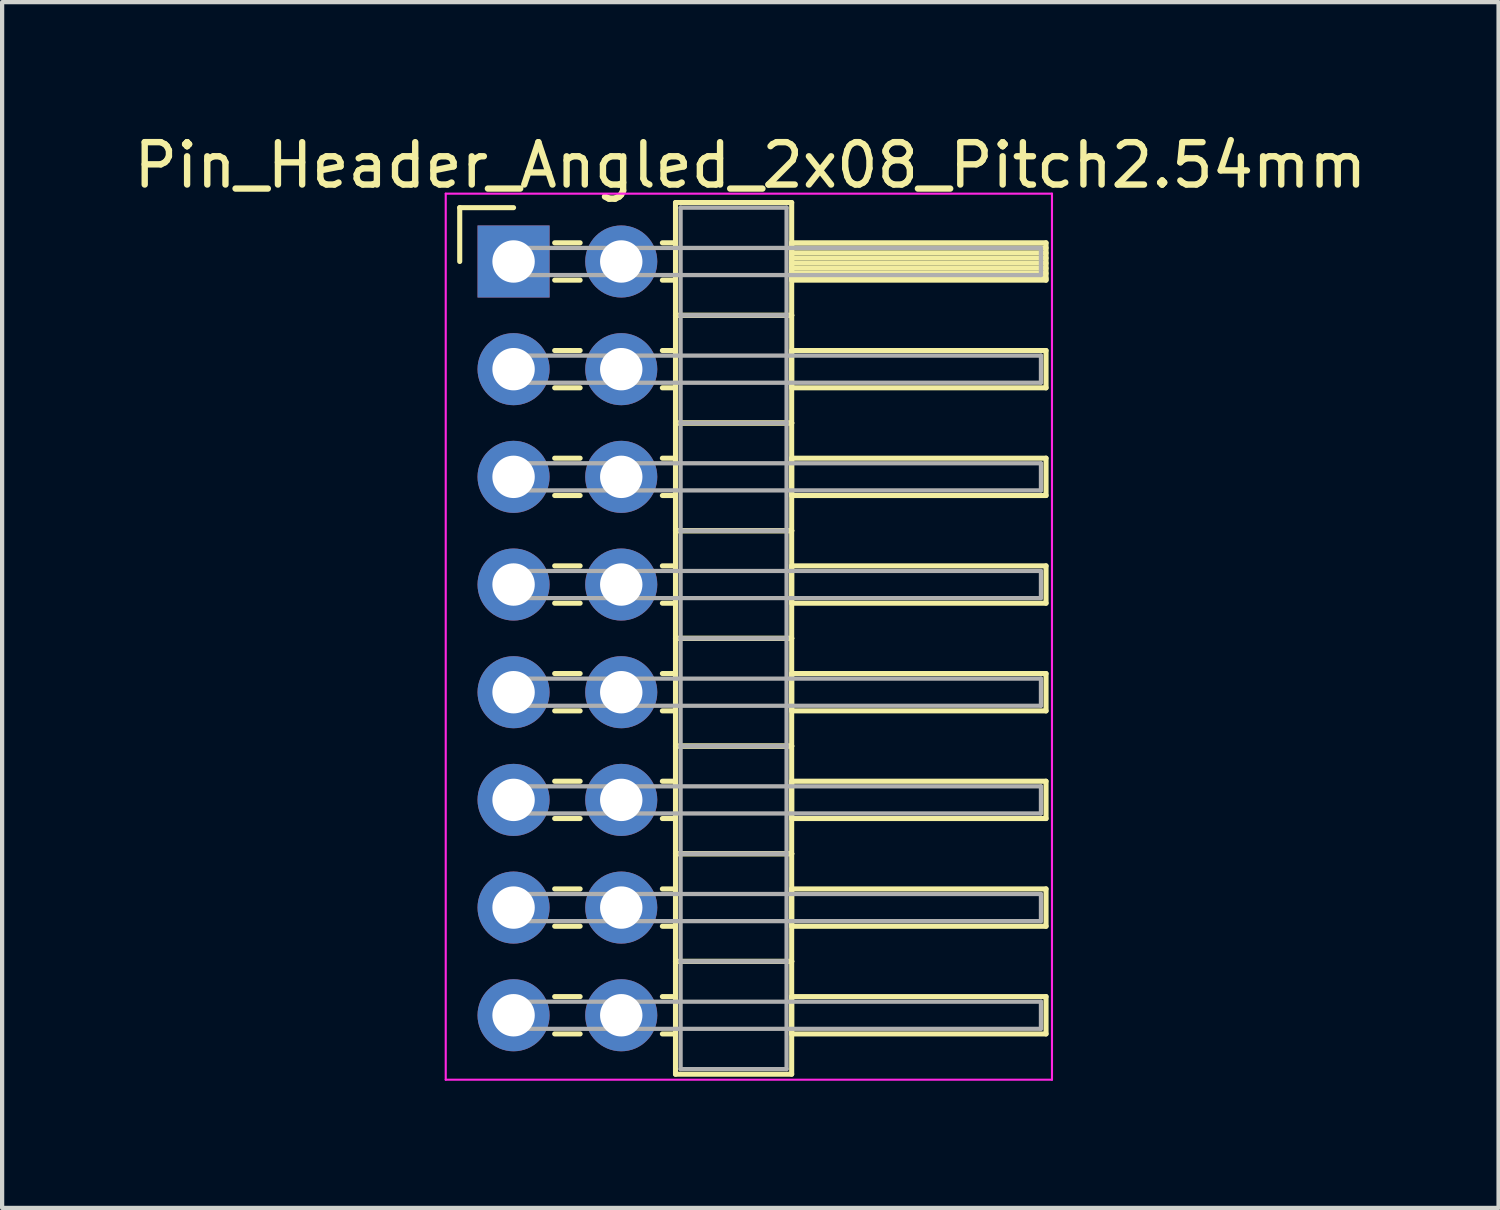
<source format=kicad_pcb>
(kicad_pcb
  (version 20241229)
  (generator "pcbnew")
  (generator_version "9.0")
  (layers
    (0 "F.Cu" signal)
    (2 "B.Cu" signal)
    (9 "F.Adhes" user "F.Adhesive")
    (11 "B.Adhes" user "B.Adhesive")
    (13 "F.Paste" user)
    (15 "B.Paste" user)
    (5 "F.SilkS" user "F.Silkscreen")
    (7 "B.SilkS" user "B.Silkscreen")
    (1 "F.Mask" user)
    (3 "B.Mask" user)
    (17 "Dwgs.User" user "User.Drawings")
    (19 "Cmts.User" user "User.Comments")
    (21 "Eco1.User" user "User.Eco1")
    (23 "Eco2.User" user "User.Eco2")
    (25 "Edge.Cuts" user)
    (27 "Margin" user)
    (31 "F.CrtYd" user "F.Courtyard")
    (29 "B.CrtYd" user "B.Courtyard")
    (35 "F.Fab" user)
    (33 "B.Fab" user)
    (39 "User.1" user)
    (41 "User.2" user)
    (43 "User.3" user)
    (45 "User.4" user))
  (footprint "Pin_Header_Angled_2x08_Pitch2.54mm"
    (layer "F.Cu")
    (at 9.064 3.118)
    (property "Reference" "Pin_Header_Angled_2x08_Pitch2.54mm" (at 5.585 -2.27 0) (layer "F.SilkS") (effects (font (size 1 1) (thickness 0.15))))
    (attr through_hole)
    (fp_line (start -1.27 -1.27) (end 0 -1.27) (stroke (width 0.12) (type solid)) (layer "F.SilkS"))
    (fp_line (start -1.27 0) (end -1.27 -1.27) (stroke (width 0.12) (type solid)) (layer "F.SilkS"))
    (fp_line (start 0.97 -0.44) (end 1.57 -0.44) (stroke (width 0.12) (type solid)) (layer "F.SilkS"))
    (fp_line (start 0.97 0.44) (end 1.57 0.44) (stroke (width 0.12) (type solid)) (layer "F.SilkS"))
    (fp_line (start 0.97 2.1) (end 1.57 2.1) (stroke (width 0.12) (type solid)) (layer "F.SilkS"))
    (fp_line (start 0.97 2.98) (end 1.57 2.98) (stroke (width 0.12) (type solid)) (layer "F.SilkS"))
    (fp_line (start 0.97 4.64) (end 1.57 4.64) (stroke (width 0.12) (type solid)) (layer "F.SilkS"))
    (fp_line (start 0.97 5.52) (end 1.57 5.52) (stroke (width 0.12) (type solid)) (layer "F.SilkS"))
    (fp_line (start 0.97 7.18) (end 1.57 7.18) (stroke (width 0.12) (type solid)) (layer "F.SilkS"))
    (fp_line (start 0.97 8.06) (end 1.57 8.06) (stroke (width 0.12) (type solid)) (layer "F.SilkS"))
    (fp_line (start 0.97 9.72) (end 1.57 9.72) (stroke (width 0.12) (type solid)) (layer "F.SilkS"))
    (fp_line (start 0.97 10.6) (end 1.57 10.6) (stroke (width 0.12) (type solid)) (layer "F.SilkS"))
    (fp_line (start 0.97 12.26) (end 1.57 12.26) (stroke (width 0.12) (type solid)) (layer "F.SilkS"))
    (fp_line (start 0.97 13.14) (end 1.57 13.14) (stroke (width 0.12) (type solid)) (layer "F.SilkS"))
    (fp_line (start 0.97 14.8) (end 1.57 14.8) (stroke (width 0.12) (type solid)) (layer "F.SilkS"))
    (fp_line (start 0.97 15.68) (end 1.57 15.68) (stroke (width 0.12) (type solid)) (layer "F.SilkS"))
    (fp_line (start 0.97 17.34) (end 1.57 17.34) (stroke (width 0.12) (type solid)) (layer "F.SilkS"))
    (fp_line (start 0.97 18.22) (end 1.57 18.22) (stroke (width 0.12) (type solid)) (layer "F.SilkS"))
    (fp_line (start 3.51 -0.44) (end 3.82 -0.44) (stroke (width 0.12) (type solid)) (layer "F.SilkS"))
    (fp_line (start 3.51 0.44) (end 3.82 0.44) (stroke (width 0.12) (type solid)) (layer "F.SilkS"))
    (fp_line (start 3.51 2.1) (end 3.82 2.1) (stroke (width 0.12) (type solid)) (layer "F.SilkS"))
    (fp_line (start 3.51 2.98) (end 3.82 2.98) (stroke (width 0.12) (type solid)) (layer "F.SilkS"))
    (fp_line (start 3.51 4.64) (end 3.82 4.64) (stroke (width 0.12) (type solid)) (layer "F.SilkS"))
    (fp_line (start 3.51 5.52) (end 3.82 5.52) (stroke (width 0.12) (type solid)) (layer "F.SilkS"))
    (fp_line (start 3.51 7.18) (end 3.82 7.18) (stroke (width 0.12) (type solid)) (layer "F.SilkS"))
    (fp_line (start 3.51 8.06) (end 3.82 8.06) (stroke (width 0.12) (type solid)) (layer "F.SilkS"))
    (fp_line (start 3.51 9.72) (end 3.82 9.72) (stroke (width 0.12) (type solid)) (layer "F.SilkS"))
    (fp_line (start 3.51 10.6) (end 3.82 10.6) (stroke (width 0.12) (type solid)) (layer "F.SilkS"))
    (fp_line (start 3.51 12.26) (end 3.82 12.26) (stroke (width 0.12) (type solid)) (layer "F.SilkS"))
    (fp_line (start 3.51 13.14) (end 3.82 13.14) (stroke (width 0.12) (type solid)) (layer "F.SilkS"))
    (fp_line (start 3.51 14.8) (end 3.82 14.8) (stroke (width 0.12) (type solid)) (layer "F.SilkS"))
    (fp_line (start 3.51 15.68) (end 3.82 15.68) (stroke (width 0.12) (type solid)) (layer "F.SilkS"))
    (fp_line (start 3.51 17.34) (end 3.82 17.34) (stroke (width 0.12) (type solid)) (layer "F.SilkS"))
    (fp_line (start 3.51 18.22) (end 3.82 18.22) (stroke (width 0.12) (type solid)) (layer "F.SilkS"))
    (fp_line (start 3.82 -1.39) (end 3.82 1.27) (stroke (width 0.12) (type solid)) (layer "F.SilkS"))
    (fp_line (start 3.82 1.27) (end 3.82 3.81) (stroke (width 0.12) (type solid)) (layer "F.SilkS"))
    (fp_line (start 3.82 1.27) (end 6.56 1.27) (stroke (width 0.12) (type solid)) (layer "F.SilkS"))
    (fp_line (start 3.82 3.81) (end 3.82 6.35) (stroke (width 0.12) (type solid)) (layer "F.SilkS"))
    (fp_line (start 3.82 3.81) (end 6.56 3.81) (stroke (width 0.12) (type solid)) (layer "F.SilkS"))
    (fp_line (start 3.82 6.35) (end 3.82 8.89) (stroke (width 0.12) (type solid)) (layer "F.SilkS"))
    (fp_line (start 3.82 6.35) (end 6.56 6.35) (stroke (width 0.12) (type solid)) (layer "F.SilkS"))
    (fp_line (start 3.82 8.89) (end 3.82 11.43) (stroke (width 0.12) (type solid)) (layer "F.SilkS"))
    (fp_line (start 3.82 8.89) (end 6.56 8.89) (stroke (width 0.12) (type solid)) (layer "F.SilkS"))
    (fp_line (start 3.82 11.43) (end 3.82 13.97) (stroke (width 0.12) (type solid)) (layer "F.SilkS"))
    (fp_line (start 3.82 11.43) (end 6.56 11.43) (stroke (width 0.12) (type solid)) (layer "F.SilkS"))
    (fp_line (start 3.82 13.97) (end 3.82 16.51) (stroke (width 0.12) (type solid)) (layer "F.SilkS"))
    (fp_line (start 3.82 13.97) (end 6.56 13.97) (stroke (width 0.12) (type solid)) (layer "F.SilkS"))
    (fp_line (start 3.82 16.51) (end 3.82 19.17) (stroke (width 0.12) (type solid)) (layer "F.SilkS"))
    (fp_line (start 3.82 16.51) (end 6.56 16.51) (stroke (width 0.12) (type solid)) (layer "F.SilkS"))
    (fp_line (start 3.82 19.17) (end 6.56 19.17) (stroke (width 0.12) (type solid)) (layer "F.SilkS"))
    (fp_line (start 6.56 -1.39) (end 3.82 -1.39) (stroke (width 0.12) (type solid)) (layer "F.SilkS"))
    (fp_line (start 6.56 -0.44) (end 6.56 0.44) (stroke (width 0.12) (type solid)) (layer "F.SilkS"))
    (fp_line (start 6.56 -0.32) (end 12.56 -0.32) (stroke (width 0.12) (type solid)) (layer "F.SilkS"))
    (fp_line (start 6.56 -0.2) (end 12.56 -0.2) (stroke (width 0.12) (type solid)) (layer "F.SilkS"))
    (fp_line (start 6.56 -0.08) (end 12.56 -0.08) (stroke (width 0.12) (type solid)) (layer "F.SilkS"))
    (fp_line (start 6.56 0.04) (end 12.56 0.04) (stroke (width 0.12) (type solid)) (layer "F.SilkS"))
    (fp_line (start 6.56 0.16) (end 12.56 0.16) (stroke (width 0.12) (type solid)) (layer "F.SilkS"))
    (fp_line (start 6.56 0.28) (end 12.56 0.28) (stroke (width 0.12) (type solid)) (layer "F.SilkS"))
    (fp_line (start 6.56 0.4) (end 12.56 0.4) (stroke (width 0.12) (type solid)) (layer "F.SilkS"))
    (fp_line (start 6.56 0.44) (end 12.56 0.44) (stroke (width 0.12) (type solid)) (layer "F.SilkS"))
    (fp_line (start 6.56 1.27) (end 3.82 1.27) (stroke (width 0.12) (type solid)) (layer "F.SilkS"))
    (fp_line (start 6.56 1.27) (end 6.56 -1.39) (stroke (width 0.12) (type solid)) (layer "F.SilkS"))
    (fp_line (start 6.56 2.1) (end 6.56 2.98) (stroke (width 0.12) (type solid)) (layer "F.SilkS"))
    (fp_line (start 6.56 2.98) (end 12.56 2.98) (stroke (width 0.12) (type solid)) (layer "F.SilkS"))
    (fp_line (start 6.56 3.81) (end 3.82 3.81) (stroke (width 0.12) (type solid)) (layer "F.SilkS"))
    (fp_line (start 6.56 3.81) (end 6.56 1.27) (stroke (width 0.12) (type solid)) (layer "F.SilkS"))
    (fp_line (start 6.56 4.64) (end 6.56 5.52) (stroke (width 0.12) (type solid)) (layer "F.SilkS"))
    (fp_line (start 6.56 5.52) (end 12.56 5.52) (stroke (width 0.12) (type solid)) (layer "F.SilkS"))
    (fp_line (start 6.56 6.35) (end 3.82 6.35) (stroke (width 0.12) (type solid)) (layer "F.SilkS"))
    (fp_line (start 6.56 6.35) (end 6.56 3.81) (stroke (width 0.12) (type solid)) (layer "F.SilkS"))
    (fp_line (start 6.56 7.18) (end 6.56 8.06) (stroke (width 0.12) (type solid)) (layer "F.SilkS"))
    (fp_line (start 6.56 8.06) (end 12.56 8.06) (stroke (width 0.12) (type solid)) (layer "F.SilkS"))
    (fp_line (start 6.56 8.89) (end 3.82 8.89) (stroke (width 0.12) (type solid)) (layer "F.SilkS"))
    (fp_line (start 6.56 8.89) (end 6.56 6.35) (stroke (width 0.12) (type solid)) (layer "F.SilkS"))
    (fp_line (start 6.56 9.72) (end 6.56 10.6) (stroke (width 0.12) (type solid)) (layer "F.SilkS"))
    (fp_line (start 6.56 10.6) (end 12.56 10.6) (stroke (width 0.12) (type solid)) (layer "F.SilkS"))
    (fp_line (start 6.56 11.43) (end 3.82 11.43) (stroke (width 0.12) (type solid)) (layer "F.SilkS"))
    (fp_line (start 6.56 11.43) (end 6.56 8.89) (stroke (width 0.12) (type solid)) (layer "F.SilkS"))
    (fp_line (start 6.56 12.26) (end 6.56 13.14) (stroke (width 0.12) (type solid)) (layer "F.SilkS"))
    (fp_line (start 6.56 13.14) (end 12.56 13.14) (stroke (width 0.12) (type solid)) (layer "F.SilkS"))
    (fp_line (start 6.56 13.97) (end 3.82 13.97) (stroke (width 0.12) (type solid)) (layer "F.SilkS"))
    (fp_line (start 6.56 13.97) (end 6.56 11.43) (stroke (width 0.12) (type solid)) (layer "F.SilkS"))
    (fp_line (start 6.56 14.8) (end 6.56 15.68) (stroke (width 0.12) (type solid)) (layer "F.SilkS"))
    (fp_line (start 6.56 15.68) (end 12.56 15.68) (stroke (width 0.12) (type solid)) (layer "F.SilkS"))
    (fp_line (start 6.56 16.51) (end 3.82 16.51) (stroke (width 0.12) (type solid)) (layer "F.SilkS"))
    (fp_line (start 6.56 16.51) (end 6.56 13.97) (stroke (width 0.12) (type solid)) (layer "F.SilkS"))
    (fp_line (start 6.56 17.34) (end 6.56 18.22) (stroke (width 0.12) (type solid)) (layer "F.SilkS"))
    (fp_line (start 6.56 18.22) (end 12.56 18.22) (stroke (width 0.12) (type solid)) (layer "F.SilkS"))
    (fp_line (start 6.56 19.17) (end 6.56 16.51) (stroke (width 0.12) (type solid)) (layer "F.SilkS"))
    (fp_line (start 12.56 -0.44) (end 6.56 -0.44) (stroke (width 0.12) (type solid)) (layer "F.SilkS"))
    (fp_line (start 12.56 0.44) (end 12.56 -0.44) (stroke (width 0.12) (type solid)) (layer "F.SilkS"))
    (fp_line (start 12.56 2.1) (end 6.56 2.1) (stroke (width 0.12) (type solid)) (layer "F.SilkS"))
    (fp_line (start 12.56 2.98) (end 12.56 2.1) (stroke (width 0.12) (type solid)) (layer "F.SilkS"))
    (fp_line (start 12.56 4.64) (end 6.56 4.64) (stroke (width 0.12) (type solid)) (layer "F.SilkS"))
    (fp_line (start 12.56 5.52) (end 12.56 4.64) (stroke (width 0.12) (type solid)) (layer "F.SilkS"))
    (fp_line (start 12.56 7.18) (end 6.56 7.18) (stroke (width 0.12) (type solid)) (layer "F.SilkS"))
    (fp_line (start 12.56 8.06) (end 12.56 7.18) (stroke (width 0.12) (type solid)) (layer "F.SilkS"))
    (fp_line (start 12.56 9.72) (end 6.56 9.72) (stroke (width 0.12) (type solid)) (layer "F.SilkS"))
    (fp_line (start 12.56 10.6) (end 12.56 9.72) (stroke (width 0.12) (type solid)) (layer "F.SilkS"))
    (fp_line (start 12.56 12.26) (end 6.56 12.26) (stroke (width 0.12) (type solid)) (layer "F.SilkS"))
    (fp_line (start 12.56 13.14) (end 12.56 12.26) (stroke (width 0.12) (type solid)) (layer "F.SilkS"))
    (fp_line (start 12.56 14.8) (end 6.56 14.8) (stroke (width 0.12) (type solid)) (layer "F.SilkS"))
    (fp_line (start 12.56 15.68) (end 12.56 14.8) (stroke (width 0.12) (type solid)) (layer "F.SilkS"))
    (fp_line (start 12.56 17.34) (end 6.56 17.34) (stroke (width 0.12) (type solid)) (layer "F.SilkS"))
    (fp_line (start 12.56 18.22) (end 12.56 17.34) (stroke (width 0.12) (type solid)) (layer "F.SilkS"))
    (fp_line (start -1.6 -1.6) (end -1.6 19.3) (stroke (width 0.05) (type solid)) (layer "F.CrtYd"))
    (fp_line (start -1.6 19.3) (end 12.7 19.3) (stroke (width 0.05) (type solid)) (layer "F.CrtYd"))
    (fp_line (start 12.7 -1.6) (end -1.6 -1.6) (stroke (width 0.05) (type solid)) (layer "F.CrtYd"))
    (fp_line (start 12.7 19.3) (end 12.7 -1.6) (stroke (width 0.05) (type solid)) (layer "F.CrtYd"))
    (fp_line (start 0 -0.32) (end 0 0.32) (stroke (width 0.1) (type solid)) (layer "F.Fab"))
    (fp_line (start 0 0.32) (end 12.44 0.32) (stroke (width 0.1) (type solid)) (layer "F.Fab"))
    (fp_line (start 0 2.22) (end 0 2.86) (stroke (width 0.1) (type solid)) (layer "F.Fab"))
    (fp_line (start 0 2.86) (end 12.44 2.86) (stroke (width 0.1) (type solid)) (layer "F.Fab"))
    (fp_line (start 0 4.76) (end 0 5.4) (stroke (width 0.1) (type solid)) (layer "F.Fab"))
    (fp_line (start 0 5.4) (end 12.44 5.4) (stroke (width 0.1) (type solid)) (layer "F.Fab"))
    (fp_line (start 0 7.3) (end 0 7.94) (stroke (width 0.1) (type solid)) (layer "F.Fab"))
    (fp_line (start 0 7.94) (end 12.44 7.94) (stroke (width 0.1) (type solid)) (layer "F.Fab"))
    (fp_line (start 0 9.84) (end 0 10.48) (stroke (width 0.1) (type solid)) (layer "F.Fab"))
    (fp_line (start 0 10.48) (end 12.44 10.48) (stroke (width 0.1) (type solid)) (layer "F.Fab"))
    (fp_line (start 0 12.38) (end 0 13.02) (stroke (width 0.1) (type solid)) (layer "F.Fab"))
    (fp_line (start 0 13.02) (end 12.44 13.02) (stroke (width 0.1) (type solid)) (layer "F.Fab"))
    (fp_line (start 0 14.92) (end 0 15.56) (stroke (width 0.1) (type solid)) (layer "F.Fab"))
    (fp_line (start 0 15.56) (end 12.44 15.56) (stroke (width 0.1) (type solid)) (layer "F.Fab"))
    (fp_line (start 0 17.46) (end 0 18.1) (stroke (width 0.1) (type solid)) (layer "F.Fab"))
    (fp_line (start 0 18.1) (end 12.44 18.1) (stroke (width 0.1) (type solid)) (layer "F.Fab"))
    (fp_line (start 3.94 -1.27) (end 3.94 1.27) (stroke (width 0.1) (type solid)) (layer "F.Fab"))
    (fp_line (start 3.94 1.27) (end 3.94 3.81) (stroke (width 0.1) (type solid)) (layer "F.Fab"))
    (fp_line (start 3.94 1.27) (end 6.44 1.27) (stroke (width 0.1) (type solid)) (layer "F.Fab"))
    (fp_line (start 3.94 3.81) (end 3.94 6.35) (stroke (width 0.1) (type solid)) (layer "F.Fab"))
    (fp_line (start 3.94 3.81) (end 6.44 3.81) (stroke (width 0.1) (type solid)) (layer "F.Fab"))
    (fp_line (start 3.94 6.35) (end 3.94 8.89) (stroke (width 0.1) (type solid)) (layer "F.Fab"))
    (fp_line (start 3.94 6.35) (end 6.44 6.35) (stroke (width 0.1) (type solid)) (layer "F.Fab"))
    (fp_line (start 3.94 8.89) (end 3.94 11.43) (stroke (width 0.1) (type solid)) (layer "F.Fab"))
    (fp_line (start 3.94 8.89) (end 6.44 8.89) (stroke (width 0.1) (type solid)) (layer "F.Fab"))
    (fp_line (start 3.94 11.43) (end 3.94 13.97) (stroke (width 0.1) (type solid)) (layer "F.Fab"))
    (fp_line (start 3.94 11.43) (end 6.44 11.43) (stroke (width 0.1) (type solid)) (layer "F.Fab"))
    (fp_line (start 3.94 13.97) (end 3.94 16.51) (stroke (width 0.1) (type solid)) (layer "F.Fab"))
    (fp_line (start 3.94 13.97) (end 6.44 13.97) (stroke (width 0.1) (type solid)) (layer "F.Fab"))
    (fp_line (start 3.94 16.51) (end 3.94 19.05) (stroke (width 0.1) (type solid)) (layer "F.Fab"))
    (fp_line (start 3.94 16.51) (end 6.44 16.51) (stroke (width 0.1) (type solid)) (layer "F.Fab"))
    (fp_line (start 3.94 19.05) (end 6.44 19.05) (stroke (width 0.1) (type solid)) (layer "F.Fab"))
    (fp_line (start 6.44 -1.27) (end 3.94 -1.27) (stroke (width 0.1) (type solid)) (layer "F.Fab"))
    (fp_line (start 6.44 1.27) (end 3.94 1.27) (stroke (width 0.1) (type solid)) (layer "F.Fab"))
    (fp_line (start 6.44 1.27) (end 6.44 -1.27) (stroke (width 0.1) (type solid)) (layer "F.Fab"))
    (fp_line (start 6.44 3.81) (end 3.94 3.81) (stroke (width 0.1) (type solid)) (layer "F.Fab"))
    (fp_line (start 6.44 3.81) (end 6.44 1.27) (stroke (width 0.1) (type solid)) (layer "F.Fab"))
    (fp_line (start 6.44 6.35) (end 3.94 6.35) (stroke (width 0.1) (type solid)) (layer "F.Fab"))
    (fp_line (start 6.44 6.35) (end 6.44 3.81) (stroke (width 0.1) (type solid)) (layer "F.Fab"))
    (fp_line (start 6.44 8.89) (end 3.94 8.89) (stroke (width 0.1) (type solid)) (layer "F.Fab"))
    (fp_line (start 6.44 8.89) (end 6.44 6.35) (stroke (width 0.1) (type solid)) (layer "F.Fab"))
    (fp_line (start 6.44 11.43) (end 3.94 11.43) (stroke (width 0.1) (type solid)) (layer "F.Fab"))
    (fp_line (start 6.44 11.43) (end 6.44 8.89) (stroke (width 0.1) (type solid)) (layer "F.Fab"))
    (fp_line (start 6.44 13.97) (end 3.94 13.97) (stroke (width 0.1) (type solid)) (layer "F.Fab"))
    (fp_line (start 6.44 13.97) (end 6.44 11.43) (stroke (width 0.1) (type solid)) (layer "F.Fab"))
    (fp_line (start 6.44 16.51) (end 3.94 16.51) (stroke (width 0.1) (type solid)) (layer "F.Fab"))
    (fp_line (start 6.44 16.51) (end 6.44 13.97) (stroke (width 0.1) (type solid)) (layer "F.Fab"))
    (fp_line (start 6.44 19.05) (end 6.44 16.51) (stroke (width 0.1) (type solid)) (layer "F.Fab"))
    (fp_line (start 12.44 -0.32) (end 0 -0.32) (stroke (width 0.1) (type solid)) (layer "F.Fab"))
    (fp_line (start 12.44 0.32) (end 12.44 -0.32) (stroke (width 0.1) (type solid)) (layer "F.Fab"))
    (fp_line (start 12.44 2.22) (end 0 2.22) (stroke (width 0.1) (type solid)) (layer "F.Fab"))
    (fp_line (start 12.44 2.86) (end 12.44 2.22) (stroke (width 0.1) (type solid)) (layer "F.Fab"))
    (fp_line (start 12.44 4.76) (end 0 4.76) (stroke (width 0.1) (type solid)) (layer "F.Fab"))
    (fp_line (start 12.44 5.4) (end 12.44 4.76) (stroke (width 0.1) (type solid)) (layer "F.Fab"))
    (fp_line (start 12.44 7.3) (end 0 7.3) (stroke (width 0.1) (type solid)) (layer "F.Fab"))
    (fp_line (start 12.44 7.94) (end 12.44 7.3) (stroke (width 0.1) (type solid)) (layer "F.Fab"))
    (fp_line (start 12.44 9.84) (end 0 9.84) (stroke (width 0.1) (type solid)) (layer "F.Fab"))
    (fp_line (start 12.44 10.48) (end 12.44 9.84) (stroke (width 0.1) (type solid)) (layer "F.Fab"))
    (fp_line (start 12.44 12.38) (end 0 12.38) (stroke (width 0.1) (type solid)) (layer "F.Fab"))
    (fp_line (start 12.44 13.02) (end 12.44 12.38) (stroke (width 0.1) (type solid)) (layer "F.Fab"))
    (fp_line (start 12.44 14.92) (end 0 14.92) (stroke (width 0.1) (type solid)) (layer "F.Fab"))
    (fp_line (start 12.44 15.56) (end 12.44 14.92) (stroke (width 0.1) (type solid)) (layer "F.Fab"))
    (fp_line (start 12.44 17.46) (end 0 17.46) (stroke (width 0.1) (type solid)) (layer "F.Fab"))
    (fp_line (start 12.44 18.1) (end 12.44 17.46) (stroke (width 0.1) (type solid)) (layer "F.Fab"))
    (pad "1" thru_hole rect (at 0 0) (size 1.7 1.7) (drill 1) (layers "*.Cu" "*.Mask"))
    (pad "2" thru_hole oval (at 2.54 0) (size 1.7 1.7) (drill 1) (layers "*.Cu" "*.Mask"))
    (pad "3" thru_hole oval (at 0 2.54) (size 1.7 1.7) (drill 1) (layers "*.Cu" "*.Mask"))
    (pad "4" thru_hole oval (at 2.54 2.54) (size 1.7 1.7) (drill 1) (layers "*.Cu" "*.Mask"))
    (pad "5" thru_hole oval (at 0 5.08) (size 1.7 1.7) (drill 1) (layers "*.Cu" "*.Mask"))
    (pad "6" thru_hole oval (at 2.54 5.08) (size 1.7 1.7) (drill 1) (layers "*.Cu" "*.Mask"))
    (pad "7" thru_hole oval (at 0 7.62) (size 1.7 1.7) (drill 1) (layers "*.Cu" "*.Mask"))
    (pad "8" thru_hole oval (at 2.54 7.62) (size 1.7 1.7) (drill 1) (layers "*.Cu" "*.Mask"))
    (pad "9" thru_hole oval (at 0 10.16) (size 1.7 1.7) (drill 1) (layers "*.Cu" "*.Mask"))
    (pad "10" thru_hole oval (at 2.54 10.16) (size 1.7 1.7) (drill 1) (layers "*.Cu" "*.Mask"))
    (pad "11" thru_hole oval (at 0 12.7) (size 1.7 1.7) (drill 1) (layers "*.Cu" "*.Mask"))
    (pad "12" thru_hole oval (at 2.54 12.7) (size 1.7 1.7) (drill 1) (layers "*.Cu" "*.Mask"))
    (pad "13" thru_hole oval (at 0 15.24) (size 1.7 1.7) (drill 1) (layers "*.Cu" "*.Mask"))
    (pad "14" thru_hole oval (at 2.54 15.24) (size 1.7 1.7) (drill 1) (layers "*.Cu" "*.Mask"))
    (pad "15" thru_hole oval (at 0 17.78) (size 1.7 1.7) (drill 1) (layers "*.Cu" "*.Mask"))
    (pad "16" thru_hole oval (at 2.54 17.78) (size 1.7 1.7) (drill 1) (layers "*.Cu" "*.Mask")))
  (gr_rect
    (start -3 -3)
    (end 32.298 25.443)
    (stroke (width 0.1) (type default))
    (fill no)
    (layer "Edge.Cuts")))
</source>
